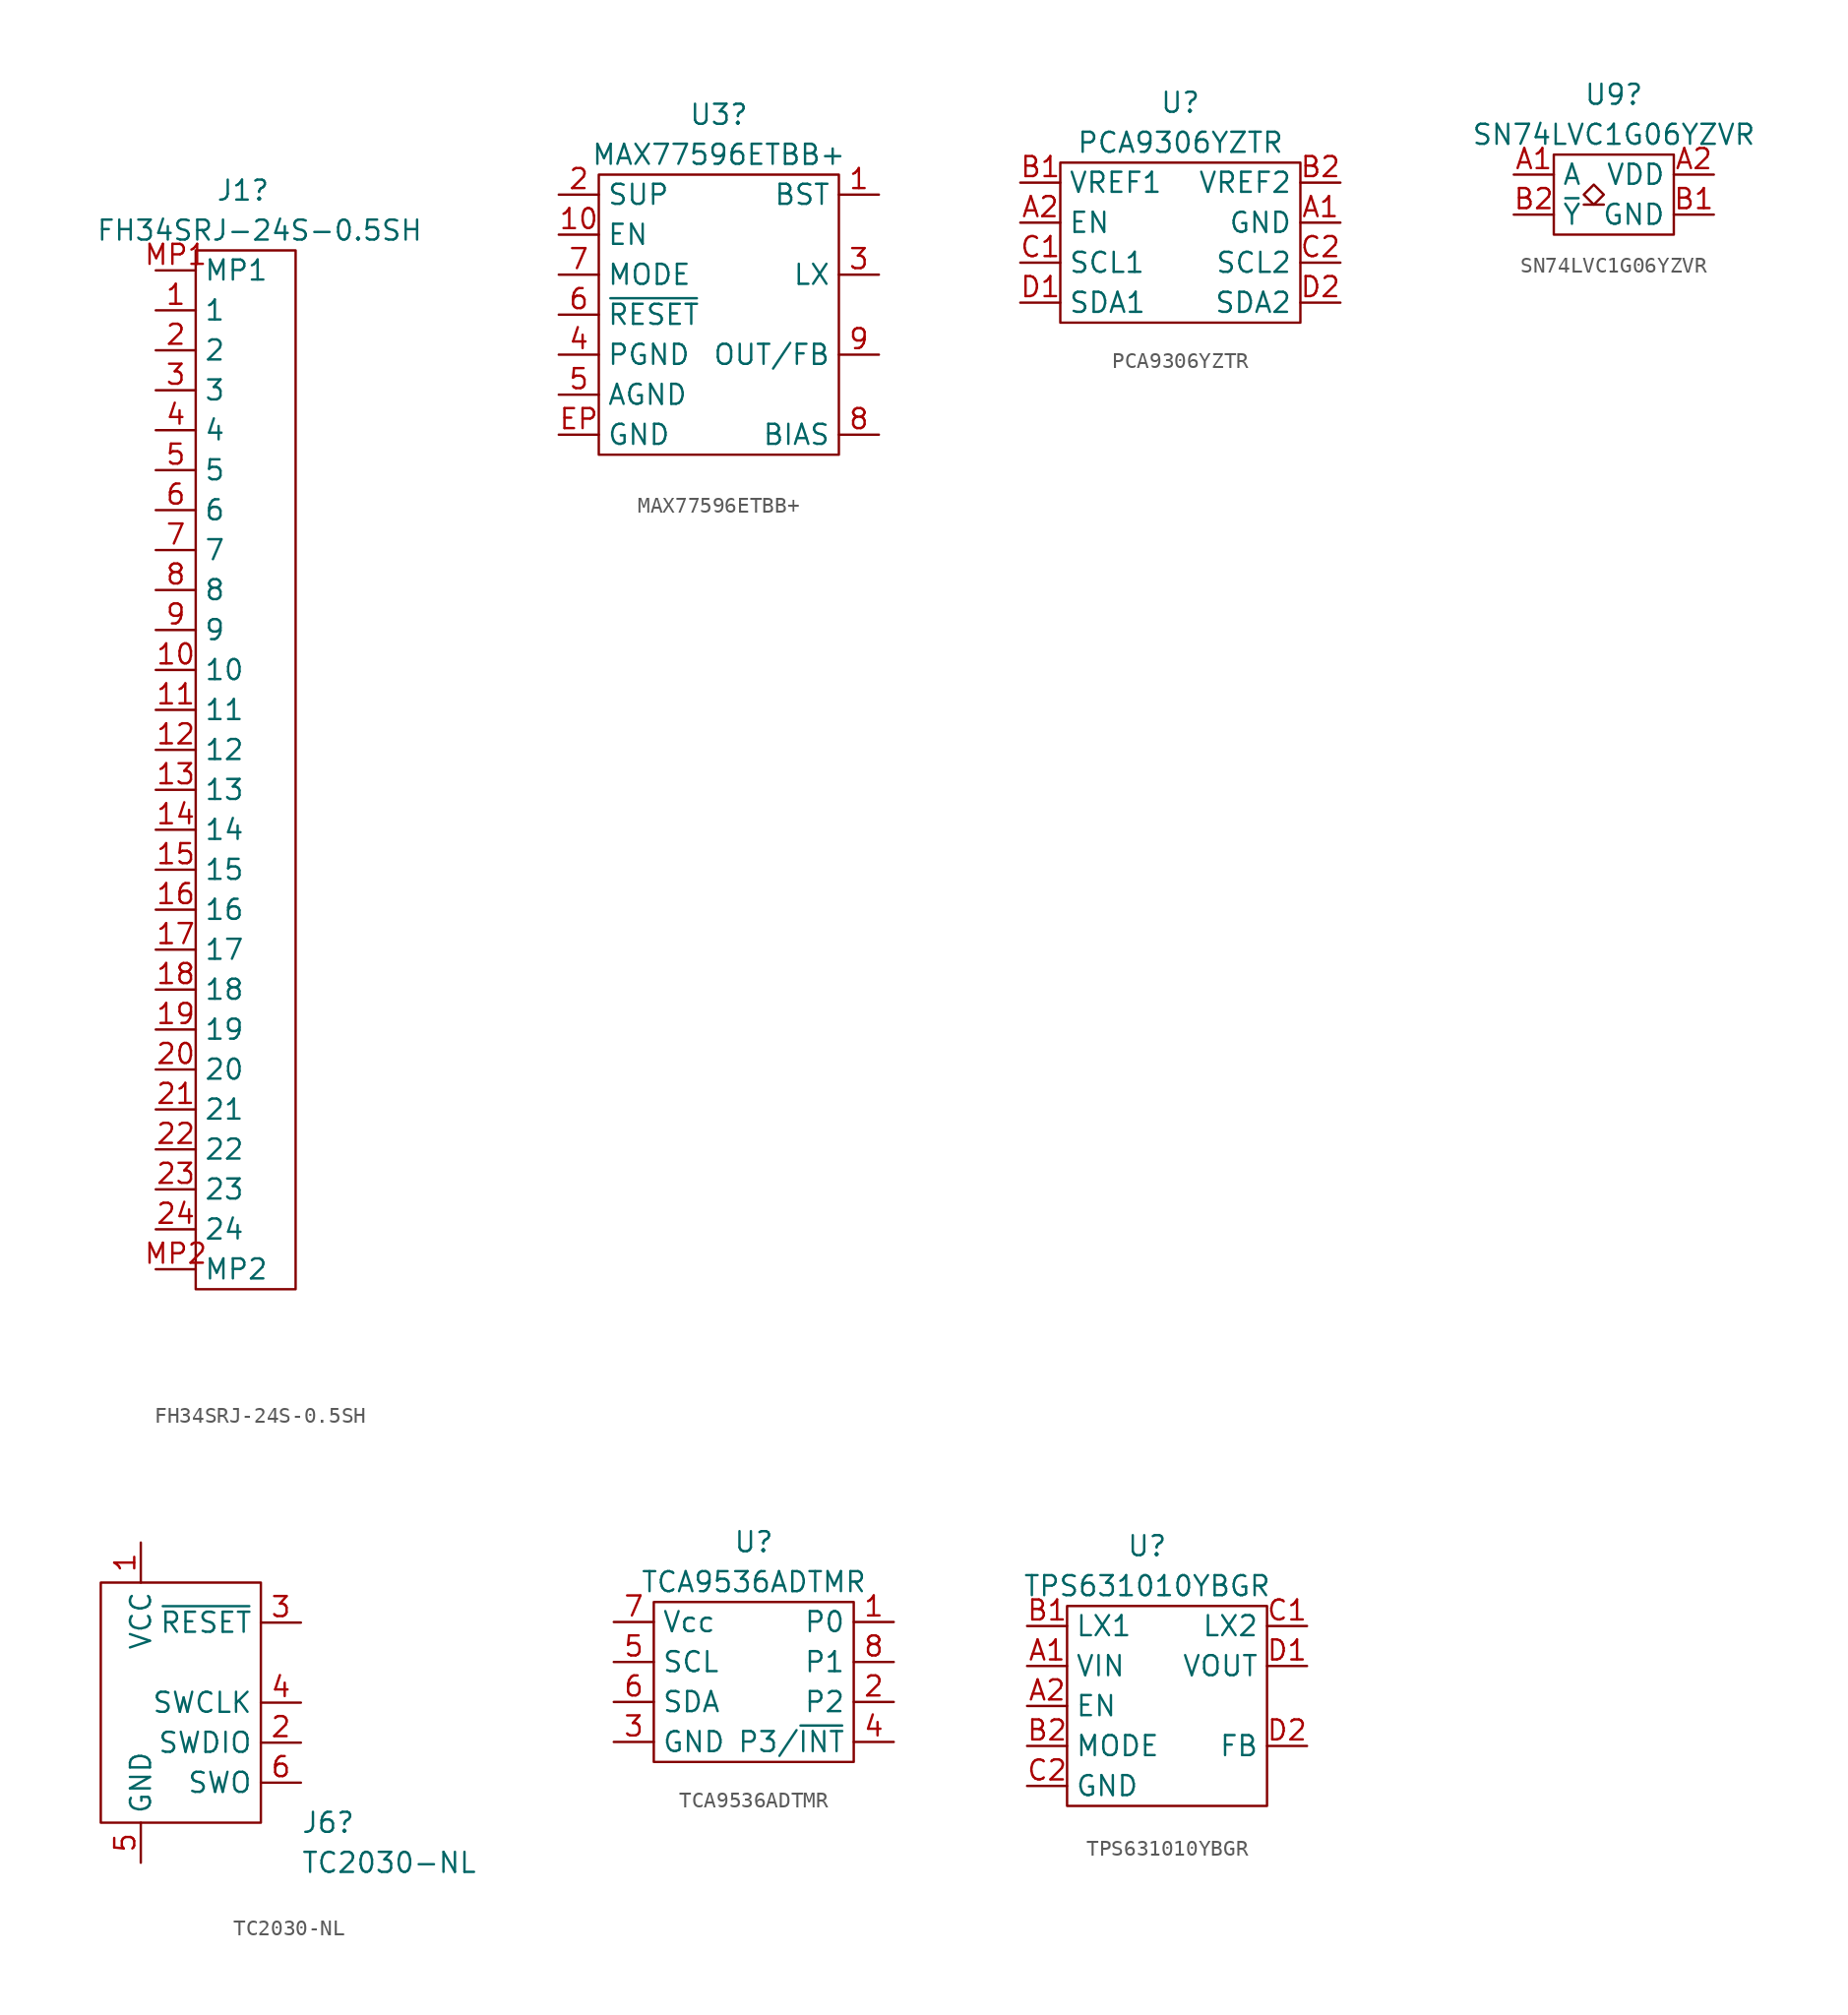
<source format=kicad_sym>
(kicad_symbol_lib
  (version 20220914)
  (generator kicad_symbol_editor)
  (symbol "FH34SRJ-24S-0.5SH"
    (property "Reference" "J1"
      (at 1.27 3.81 0)
      (effects (font (size 1.27 1.27)) (justify left)))
    (property "Value" "FH34SRJ-24S-0.5SH"
      (at -6.35 1.27 0)
      (effects (font (size 1.27 1.27)) (justify left)))
    (symbol "FH34SRJ-24S-0.5SH_0_0"
      (pin passive line (at -2.54 -3.81 0) (length 2.54) (name "1" (effects (font (size 1.27 1.27)))) (number "1" (effects (font (size 1.27 1.27)))))
      (pin passive line (at -2.54 -26.67 0) (length 2.54) (name "10" (effects (font (size 1.27 1.27)))) (number "10" (effects (font (size 1.27 1.27)))))
      (pin passive line (at -2.54 -29.21 0) (length 2.54) (name "11" (effects (font (size 1.27 1.27)))) (number "11" (effects (font (size 1.27 1.27)))))
      (pin passive line (at -2.54 -31.75 0) (length 2.54) (name "12" (effects (font (size 1.27 1.27)))) (number "12" (effects (font (size 1.27 1.27)))))
      (pin passive line (at -2.54 -34.29 0) (length 2.54) (name "13" (effects (font (size 1.27 1.27)))) (number "13" (effects (font (size 1.27 1.27)))))
      (pin passive line (at -2.54 -36.83 0) (length 2.54) (name "14" (effects (font (size 1.27 1.27)))) (number "14" (effects (font (size 1.27 1.27)))))
      (pin passive line (at -2.54 -8.89 0) (length 2.54) (name "3" (effects (font (size 1.27 1.27)))) (number "3" (effects (font (size 1.27 1.27)))))
      (pin passive line (at -2.54 -11.43 0) (length 2.54) (name "4" (effects (font (size 1.27 1.27)))) (number "4" (effects (font (size 1.27 1.27)))))
      (pin passive line (at -2.54 -13.97 0) (length 2.54) (name "5" (effects (font (size 1.27 1.27)))) (number "5" (effects (font (size 1.27 1.27)))))
      (pin passive line (at -2.54 -16.51 0) (length 2.54) (name "6" (effects (font (size 1.27 1.27)))) (number "6" (effects (font (size 1.27 1.27)))))
      (pin passive line (at -2.54 -19.05 0) (length 2.54) (name "7" (effects (font (size 1.27 1.27)))) (number "7" (effects (font (size 1.27 1.27)))))
      (pin passive line (at -2.54 -21.59 0) (length 2.54) (name "8" (effects (font (size 1.27 1.27)))) (number "8" (effects (font (size 1.27 1.27)))))
      (pin passive line (at -2.54 -24.13 0) (length 2.54) (name "9" (effects (font (size 1.27 1.27)))) (number "9" (effects (font (size 1.27 1.27))))))
    (symbol "FH34SRJ-24S-0.5SH_0_1"
      (rectangle (start 0 0) (end 6.35 -66.04) (stroke (width 0) (type default)) (fill (type none))))
    (symbol "FH34SRJ-24S-0.5SH_1_0"
      (pin passive line (at -2.54 -39.37 0) (length 2.54) (name "15" (effects (font (size 1.27 1.27)))) (number "15" (effects (font (size 1.27 1.27)))))
      (pin passive line (at -2.54 -41.91 0) (length 2.54) (name "16" (effects (font (size 1.27 1.27)))) (number "16" (effects (font (size 1.27 1.27)))))
      (pin passive line (at -2.54 -44.45 0) (length 2.54) (name "17" (effects (font (size 1.27 1.27)))) (number "17" (effects (font (size 1.27 1.27)))))
      (pin passive line (at -2.54 -46.99 0) (length 2.54) (name "18" (effects (font (size 1.27 1.27)))) (number "18" (effects (font (size 1.27 1.27)))))
      (pin passive line (at -2.54 -49.53 0) (length 2.54) (name "19" (effects (font (size 1.27 1.27)))) (number "19" (effects (font (size 1.27 1.27)))))
      (pin passive line (at -2.54 -6.35 0) (length 2.54) (name "2" (effects (font (size 1.27 1.27)))) (number "2" (effects (font (size 1.27 1.27)))))
      (pin passive line (at -2.54 -52.07 0) (length 2.54) (name "20" (effects (font (size 1.27 1.27)))) (number "20" (effects (font (size 1.27 1.27)))))
      (pin passive line (at -2.54 -54.61 0) (length 2.54) (name "21" (effects (font (size 1.27 1.27)))) (number "21" (effects (font (size 1.27 1.27)))))
      (pin passive line (at -2.54 -57.15 0) (length 2.54) (name "22" (effects (font (size 1.27 1.27)))) (number "22" (effects (font (size 1.27 1.27)))))
      (pin passive line (at -2.54 -59.69 0) (length 2.54) (name "23" (effects (font (size 1.27 1.27)))) (number "23" (effects (font (size 1.27 1.27)))))
      (pin passive line (at -2.54 -62.23 0) (length 2.54) (name "24" (effects (font (size 1.27 1.27)))) (number "24" (effects (font (size 1.27 1.27)))))
      (pin passive line (at -2.54 -1.27 0) (length 2.54) (name "MP1" (effects (font (size 1.27 1.27)))) (number "MP1" (effects (font (size 1.27 1.27)))))
      (pin passive line (at -2.54 -64.77 0) (length 2.54) (name "MP2" (effects (font (size 1.27 1.27)))) (number "MP2" (effects (font (size 1.27 1.27)))))))
  (symbol "MAX77596ETBB+"
    (property "Reference" "U3"
      (at 0 12.7 0)
      (effects (font (size 1.27 1.27))))
    (property "Value" "MAX77596ETBB+"
      (at 0 10.16 0)
      (effects (font (size 1.27 1.27))))
    (symbol "MAX77596ETBB+_0_0"
      (pin passive line (at 10.16 7.62 180) (length 2.54) (name "BST" (effects (font (size 1.27 1.27)))) (number "1" (effects (font (size 1.27 1.27)))))
      (pin passive line (at -10.16 5.08 0) (length 2.54) (name "EN" (effects (font (size 1.27 1.27)))) (number "10" (effects (font (size 1.27 1.27)))))
      (pin passive line (at -10.16 7.62 0) (length 2.54) (name "SUP" (effects (font (size 1.27 1.27)))) (number "2" (effects (font (size 1.27 1.27)))))
      (pin passive line (at 10.16 2.54 180) (length 2.54) (name "LX" (effects (font (size 1.27 1.27)))) (number "3" (effects (font (size 1.27 1.27)))))
      (pin passive line (at -10.16 -2.54 0) (length 2.54) (name "PGND" (effects (font (size 1.27 1.27)))) (number "4" (effects (font (size 1.27 1.27)))))
      (pin passive line (at -10.16 -5.08 0) (length 2.54) (name "AGND" (effects (font (size 1.27 1.27)))) (number "5" (effects (font (size 1.27 1.27)))))
      (pin passive line (at -10.16 0 0) (length 2.54) (name "~{RESET}" (effects (font (size 1.27 1.27)))) (number "6" (effects (font (size 1.27 1.27)))))
      (pin passive line (at -10.16 2.54 0) (length 2.54) (name "MODE" (effects (font (size 1.27 1.27)))) (number "7" (effects (font (size 1.27 1.27)))))
      (pin passive line (at 10.16 -7.62 180) (length 2.54) (name "BIAS" (effects (font (size 1.27 1.27)))) (number "8" (effects (font (size 1.27 1.27)))))
      (pin passive line (at 10.16 -2.54 180) (length 2.54) (name "OUT/FB" (effects (font (size 1.27 1.27)))) (number "9" (effects (font (size 1.27 1.27)))))
      (pin passive line (at -10.16 -7.62 0) (length 2.54) (name "GND" (effects (font (size 1.27 1.27)))) (number "EP" (effects (font (size 1.27 1.27))))))
    (symbol "MAX77596ETBB+_0_1"
      (rectangle (start -7.62 8.89) (end 7.62 -8.89) (stroke (width 0) (type default)) (fill (type none)))))
  (symbol "PCA9306YZTR"
    (property "Reference" "U"
      (at 0 8.89 0)
      (effects (font (size 1.27 1.27))))
    (property "Value" "PCA9306YZTR"
      (at 0 6.35 0)
      (effects (font (size 1.27 1.27))))
    (symbol "PCA9306YZTR_0_0"
      (pin passive line (at 10.16 1.27 180) (length 2.54) (name "GND" (effects (font (size 1.27 1.27)))) (number "A1" (effects (font (size 1.27 1.27)))))
      (pin passive line (at -10.16 1.27 0) (length 2.54) (name "EN" (effects (font (size 1.27 1.27)))) (number "A2" (effects (font (size 1.27 1.27)))))
      (pin passive line (at -10.16 3.81 0) (length 2.54) (name "VREF1" (effects (font (size 1.27 1.27)))) (number "B1" (effects (font (size 1.27 1.27)))))
      (pin passive line (at 10.16 3.81 180) (length 2.54) (name "VREF2" (effects (font (size 1.27 1.27)))) (number "B2" (effects (font (size 1.27 1.27)))))
      (pin passive line (at -10.16 -1.27 0) (length 2.54) (name "SCL1" (effects (font (size 1.27 1.27)))) (number "C1" (effects (font (size 1.27 1.27)))))
      (pin passive line (at 10.16 -1.27 180) (length 2.54) (name "SCL2" (effects (font (size 1.27 1.27)))) (number "C2" (effects (font (size 1.27 1.27)))))
      (pin passive line (at -10.16 -3.81 0) (length 2.54) (name "SDA1" (effects (font (size 1.27 1.27)))) (number "D1" (effects (font (size 1.27 1.27)))))
      (pin passive line (at 10.16 -3.81 180) (length 2.54) (name "SDA2" (effects (font (size 1.27 1.27)))) (number "D2" (effects (font (size 1.27 1.27))))))
    (symbol "PCA9306YZTR_0_1"
      (rectangle (start -7.62 5.08) (end 7.62 -5.08) (stroke (width 0) (type default)) (fill (type none)))))
  (symbol "SN74LVC1G06YZVR"
    (property "Reference" "U9"
      (at 0 6.35 0)
      (effects (font (size 1.27 1.27))))
    (property "Value" "SN74LVC1G06YZVR"
      (at 0 3.81 0)
      (effects (font (size 1.27 1.27))))
    (symbol "SN74LVC1G06YZVR_0_0"
      (pin passive line (at -6.35 1.27 0) (length 2.54) (name "A" (effects (font (size 1.27 1.27)))) (number "A1" (effects (font (size 1.27 1.27)))))
      (pin passive line (at 6.35 1.27 180) (length 2.54) (name "VDD" (effects (font (size 1.27 1.27)))) (number "A2" (effects (font (size 1.27 1.27))))))
    (symbol "SN74LVC1G06YZVR_0_1"
      (rectangle (start -3.81 2.54) (end 3.81 -2.54) (stroke (width 0) (type default)) (fill (type none)))
      (polyline (pts (xy -1.905 -0.635) (xy -0.635 -0.635)) (stroke (width 0) (type default)) (fill (type none)))
      (polyline (pts (xy -1.905 0) (xy -1.27 0.635) (xy -0.635 0) (xy -1.27 -0.635) (xy -1.905 0)) (stroke (width 0) (type default)) (fill (type none))))
    (symbol "SN74LVC1G06YZVR_1_0"
      (pin passive line (at 6.35 -1.27 180) (length 2.54) (name "GND" (effects (font (size 1.27 1.27)))) (number "B1" (effects (font (size 1.27 1.27)))))
      (pin passive line (at -6.35 -1.27 0) (length 2.54) (name "~{Y}" (effects (font (size 1.27 1.27)))) (number "B2" (effects (font (size 1.27 1.27)))))))
  (symbol "TC2030-NL"
    (property "Reference" "J6"
      (at 7.62 -7.62 0)
      (effects (font (size 1.27 1.27)) (justify left)))
    (property "Value" "TC2030-NL"
      (at 7.62 -10.16 0)
      (effects (font (size 1.27 1.27)) (justify left)))
    (symbol "TC2030-NL_0_0"
      (pin passive line (at -2.54 10.16 270) (length 2.54) (name "VCC" (effects (font (size 1.27 1.27)))) (number "1" (effects (font (size 1.27 1.27)))))
      (pin passive line (at 7.62 -2.54 180) (length 2.54) (name "SWDIO" (effects (font (size 1.27 1.27)))) (number "2" (effects (font (size 1.27 1.27)))) (alternate "TMS" bidirectional line))
      (pin passive line (at 7.62 5.08 180) (length 2.54) (name "~{RESET}" (effects (font (size 1.27 1.27)))) (number "3" (effects (font (size 1.27 1.27)))))
      (pin passive line (at 7.62 0 180) (length 2.54) (name "SWCLK" (effects (font (size 1.27 1.27)))) (number "4" (effects (font (size 1.27 1.27)))) (alternate "TCK" output line))
      (pin passive line (at -2.54 -10.16 90) (length 2.54) (name "GND" (effects (font (size 1.27 1.27)))) (number "5" (effects (font (size 1.27 1.27)))))
      (pin passive line (at 7.62 -5.08 180) (length 2.54) (name "SWO" (effects (font (size 1.27 1.27)))) (number "6" (effects (font (size 1.27 1.27)))) (alternate "TDO" input line)))
    (symbol "TC2030-NL_1_1"
      (rectangle (start -5.08 7.62) (end 5.08 -7.62) (stroke (width 0) (type default)) (fill (type none)))))
  (symbol "TCA9536ADTMR"
    (property "Reference" "U"
      (at 0 8.89 0)
      (effects (font (size 1.27 1.27))))
    (property "Value" "TCA9536ADTMR"
      (at 0 6.35 0)
      (effects (font (size 1.27 1.27))))
    (symbol "TCA9536ADTMR_0_0"
      (pin passive line (at 8.89 3.81 180) (length 2.54) (name "P0" (effects (font (size 1.27 1.27)))) (number "1" (effects (font (size 1.27 1.27)))))
      (pin passive line (at 8.89 -1.27 180) (length 2.54) (name "P2" (effects (font (size 1.27 1.27)))) (number "2" (effects (font (size 1.27 1.27)))))
      (pin passive line (at -8.89 -3.81 0) (length 2.54) (name "GND" (effects (font (size 1.27 1.27)))) (number "3" (effects (font (size 1.27 1.27)))))
      (pin passive line (at 8.89 -3.81 180) (length 2.54) (name "P3/~{INT}" (effects (font (size 1.27 1.27)))) (number "4" (effects (font (size 1.27 1.27)))))
      (pin passive line (at -8.89 1.27 0) (length 2.54) (name "SCL" (effects (font (size 1.27 1.27)))) (number "5" (effects (font (size 1.27 1.27)))))
      (pin passive line (at -8.89 -1.27 0) (length 2.54) (name "SDA" (effects (font (size 1.27 1.27)))) (number "6" (effects (font (size 1.27 1.27)))))
      (pin passive line (at -8.89 3.81 0) (length 2.54) (name "Vcc" (effects (font (size 1.27 1.27)))) (number "7" (effects (font (size 1.27 1.27)))))
      (pin passive line (at 8.89 1.27 180) (length 2.54) (name "P1" (effects (font (size 1.27 1.27)))) (number "8" (effects (font (size 1.27 1.27))))))
    (symbol "TCA9536ADTMR_0_1"
      (rectangle (start -6.35 5.08) (end 6.35 -5.08) (stroke (width 0) (type default)) (fill (type none)))))
  (symbol "TPS631010YBGR"
    (property "Reference" "U"
      (at -1.27 10.16 0)
      (effects (font (size 1.27 1.27))))
    (property "Value" "TPS631010YBGR"
      (at -1.27 7.62 0)
      (effects (font (size 1.27 1.27))))
    (symbol "TPS631010YBGR_0_0"
      (pin passive line (at -8.89 2.54 0) (length 2.54) (name "VIN" (effects (font (size 1.27 1.27)))) (number "A1" (effects (font (size 1.27 1.27)))))
      (pin passive line (at -8.89 0 0) (length 2.54) (name "EN" (effects (font (size 1.27 1.27)))) (number "A2" (effects (font (size 1.27 1.27)))))
      (pin passive line (at -8.89 5.08 0) (length 2.54) (name "LX1" (effects (font (size 1.27 1.27)))) (number "B1" (effects (font (size 1.27 1.27)))))
      (pin passive line (at -8.89 -2.54 0) (length 2.54) (name "MODE" (effects (font (size 1.27 1.27)))) (number "B2" (effects (font (size 1.27 1.27)))))
      (pin passive line (at 8.89 5.08 180) (length 2.54) (name "LX2" (effects (font (size 1.27 1.27)))) (number "C1" (effects (font (size 1.27 1.27)))))
      (pin passive line (at -8.89 -5.08 0) (length 2.54) (name "GND" (effects (font (size 1.27 1.27)))) (number "C2" (effects (font (size 1.27 1.27)))))
      (pin passive line (at 8.89 2.54 180) (length 2.54) (name "VOUT" (effects (font (size 1.27 1.27)))) (number "D1" (effects (font (size 1.27 1.27)))))
      (pin passive line (at 8.89 -2.54 180) (length 2.54) (name "FB" (effects (font (size 1.27 1.27)))) (number "D2" (effects (font (size 1.27 1.27))))))
    (symbol "TPS631010YBGR_0_1"
      (rectangle (start -6.35 6.35) (end 6.35 -6.35) (stroke (width 0) (type default)) (fill (type none))))))
</source>
